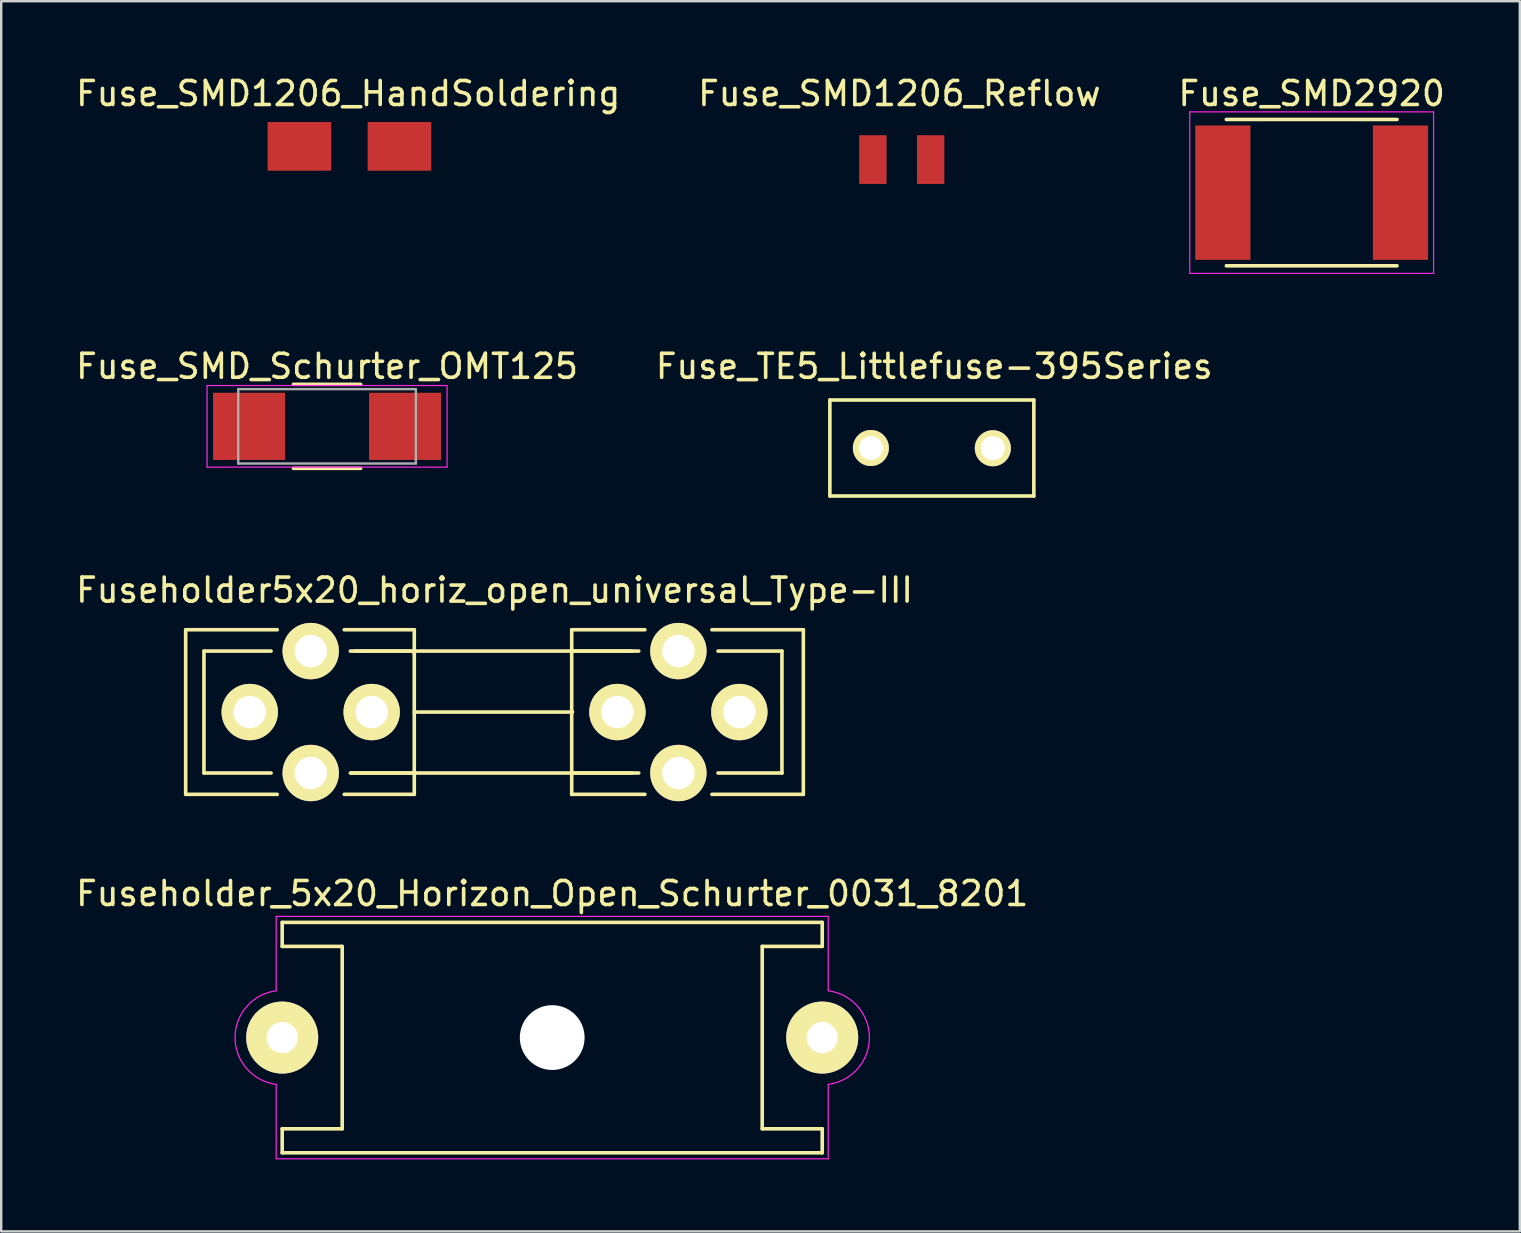
<source format=kicad_pcb>
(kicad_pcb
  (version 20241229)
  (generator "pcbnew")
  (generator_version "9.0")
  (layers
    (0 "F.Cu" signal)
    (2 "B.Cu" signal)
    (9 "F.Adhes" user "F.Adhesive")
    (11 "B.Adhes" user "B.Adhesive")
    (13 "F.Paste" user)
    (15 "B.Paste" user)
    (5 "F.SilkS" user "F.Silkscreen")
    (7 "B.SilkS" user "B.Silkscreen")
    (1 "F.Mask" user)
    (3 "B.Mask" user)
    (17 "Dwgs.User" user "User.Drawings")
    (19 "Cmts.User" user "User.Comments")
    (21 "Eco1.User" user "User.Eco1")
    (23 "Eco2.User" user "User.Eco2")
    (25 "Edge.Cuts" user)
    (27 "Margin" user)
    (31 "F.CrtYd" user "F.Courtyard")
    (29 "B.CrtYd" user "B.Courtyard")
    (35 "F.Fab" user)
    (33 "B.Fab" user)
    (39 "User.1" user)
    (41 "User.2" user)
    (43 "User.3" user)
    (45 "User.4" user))
  (footprint "Fuse_SMD_Schurter_OMT125"
    (layer "F.Cu")
    (at 10.577 14.714)
    (property "Reference" "Fuse_SMD_Schurter_OMT125" (at 0 -2.5 0) (layer "F.SilkS") (effects (font (size 1 1) (thickness 0.15))))
    (attr smd)
    (fp_line (start -1.4 -1.75) (end 1.4 -1.75) (stroke (width 0.15) (type solid)) (layer "F.SilkS"))
    (fp_line (start -1.4 1.75) (end 1.4 1.75) (stroke (width 0.15) (type solid)) (layer "F.SilkS"))
    (fp_line (start -5 -1.7) (end -5 1.7) (stroke (width 0.05) (type solid)) (layer "F.CrtYd"))
    (fp_line (start -5 1.7) (end 5 1.7) (stroke (width 0.05) (type solid)) (layer "F.CrtYd"))
    (fp_line (start 5 -1.7) (end -5 -1.7) (stroke (width 0.05) (type solid)) (layer "F.CrtYd"))
    (fp_line (start 5 1.7) (end 5 -1.7) (stroke (width 0.05) (type solid)) (layer "F.CrtYd"))
    (fp_line (start -3.7 -1.55) (end -3.7 1.55) (stroke (width 0.1) (type solid)) (layer "F.Fab"))
    (fp_line (start -3.7 1.55) (end 3.7 1.55) (stroke (width 0.1) (type solid)) (layer "F.Fab"))
    (fp_line (start 3.7 -1.55) (end -3.7 -1.55) (stroke (width 0.1) (type solid)) (layer "F.Fab"))
    (fp_line (start 3.7 1.55) (end 3.7 -1.55) (stroke (width 0.1) (type solid)) (layer "F.Fab"))
    (pad "1" smd rect (at -3.25 0) (size 3 2.8) (layers "F.Cu" "F.Mask" "F.Paste"))
    (pad "2" smd rect (at 3.25 0) (size 3 2.8) (layers "F.Cu" "F.Mask" "F.Paste")))
  (footprint "Fuseholder5x20_horiz_open_universal_Type-III"
    (layer "F.Cu")
    (at 17.554 26.618)
    (property "Reference" "Fuseholder5x20_horiz_open_universal_Type-III" (at 0 -5.08 0) (layer "F.SilkS") (effects (font (size 1 1) (thickness 0.15))))
    (attr through_hole)
    (fp_line (start -12.868 -3.429) (end -12.868 3.429) (stroke (width 0.15) (type solid)) (layer "F.SilkS"))
    (fp_line (start -12.865 -3.429) (end -9.055 -3.429) (stroke (width 0.15) (type solid)) (layer "F.SilkS"))
    (fp_line (start -12.865 3.429) (end -9.055 3.429) (stroke (width 0.15) (type solid)) (layer "F.SilkS"))
    (fp_line (start -12.106 -2.54) (end -12.106 2.54) (stroke (width 0.15) (type solid)) (layer "F.SilkS"))
    (fp_line (start -12.103 -2.54) (end -9.309 -2.54) (stroke (width 0.15) (type solid)) (layer "F.SilkS"))
    (fp_line (start -12.103 2.54) (end -9.309 2.54) (stroke (width 0.15) (type solid)) (layer "F.SilkS"))
    (fp_line (start -5.842 -2.54) (end 5.715 -2.54) (stroke (width 0.15) (type solid)) (layer "F.SilkS"))
    (fp_line (start -3.343 -3.429) (end -3.343 -2.413) (stroke (width 0.15) (type solid)) (layer "F.SilkS"))
    (fp_line (start -3.343 0) (end -3.343 -2.54) (stroke (width 0.15) (type solid)) (layer "F.SilkS"))
    (fp_line (start -3.343 2.54) (end -3.343 0) (stroke (width 0.15) (type solid)) (layer "F.SilkS"))
    (fp_line (start -3.343 3.429) (end -3.343 2.54) (stroke (width 0.15) (type solid)) (layer "F.SilkS"))
    (fp_line (start -3.34 -3.429) (end -6.261 -3.429) (stroke (width 0.15) (type solid)) (layer "F.SilkS"))
    (fp_line (start -3.34 -2.54) (end -6.007 -2.54) (stroke (width 0.15) (type solid)) (layer "F.SilkS"))
    (fp_line (start -3.34 2.54) (end -6.007 2.54) (stroke (width 0.15) (type solid)) (layer "F.SilkS"))
    (fp_line (start -3.34 3.429) (end -6.261 3.429) (stroke (width 0.15) (type solid)) (layer "F.SilkS"))
    (fp_line (start -3.251 0) (end 3.251 0) (stroke (width 0.15) (type solid)) (layer "F.SilkS"))
    (fp_line (start 3.216 -3.429) (end 3.216 -2.54) (stroke (width 0.15) (type solid)) (layer "F.SilkS"))
    (fp_line (start 3.216 -3.429) (end 6.264 -3.429) (stroke (width 0.15) (type solid)) (layer "F.SilkS"))
    (fp_line (start 3.216 -2.54) (end 6.01 -2.54) (stroke (width 0.15) (type solid)) (layer "F.SilkS"))
    (fp_line (start 3.216 0) (end 3.216 -2.54) (stroke (width 0.15) (type solid)) (layer "F.SilkS"))
    (fp_line (start 3.216 2.54) (end 3.216 0) (stroke (width 0.15) (type solid)) (layer "F.SilkS"))
    (fp_line (start 3.216 2.54) (end 6.01 2.54) (stroke (width 0.15) (type solid)) (layer "F.SilkS"))
    (fp_line (start 3.216 3.429) (end 3.216 2.54) (stroke (width 0.15) (type solid)) (layer "F.SilkS"))
    (fp_line (start 3.216 3.429) (end 6.264 3.429) (stroke (width 0.15) (type solid)) (layer "F.SilkS"))
    (fp_line (start 5.715 2.54) (end -5.969 2.54) (stroke (width 0.15) (type solid)) (layer "F.SilkS"))
    (fp_line (start 11.976 -2.54) (end 11.976 2.54) (stroke (width 0.15) (type solid)) (layer "F.SilkS"))
    (fp_line (start 11.979 -2.54) (end 9.312 -2.54) (stroke (width 0.15) (type solid)) (layer "F.SilkS"))
    (fp_line (start 11.979 2.54) (end 9.312 2.54) (stroke (width 0.15) (type solid)) (layer "F.SilkS"))
    (fp_line (start 12.868 -3.429) (end 9.058 -3.429) (stroke (width 0.15) (type solid)) (layer "F.SilkS"))
    (fp_line (start 12.868 -3.429) (end 12.868 3.429) (stroke (width 0.15) (type solid)) (layer "F.SilkS"))
    (fp_line (start 12.868 3.429) (end 9.058 3.429) (stroke (width 0.15) (type solid)) (layer "F.SilkS"))
    (pad "1" thru_hole circle (at -10.198 0) (size 2.349 2.349) (drill 1.349) (layers "*.Cu" "*.Mask" "F.SilkS"))
    (pad "1" thru_hole circle (at -7.658 -2.54) (size 2.349 2.349) (drill 1.349) (layers "*.Cu" "*.Mask" "F.SilkS"))
    (pad "1" thru_hole circle (at -7.658 2.54) (size 2.349 2.349) (drill 1.349) (layers "*.Cu" "*.Mask" "F.SilkS"))
    (pad "1" thru_hole circle (at -5.118 0) (size 2.349 2.349) (drill 1.349) (layers "*.Cu" "*.Mask" "F.SilkS"))
    (pad "2" thru_hole circle (at 5.121 0) (size 2.349 2.349) (drill 1.349) (layers "*.Cu" "*.Mask" "F.SilkS"))
    (pad "2" thru_hole circle (at 7.661 -2.54) (size 2.349 2.349) (drill 1.349) (layers "*.Cu" "*.Mask" "F.SilkS"))
    (pad "2" thru_hole circle (at 7.661 2.54) (size 2.349 2.349) (drill 1.349) (layers "*.Cu" "*.Mask" "F.SilkS"))
    (pad "2" thru_hole circle (at 10.201 0) (size 2.349 2.349) (drill 1.349) (layers "*.Cu" "*.Mask" "F.SilkS")))
  (footprint "Fuse_SMD2920"
    (layer "F.Cu")
    (at 51.601 4.976)
    (property "Reference" "Fuse_SMD2920" (at 0 -4.128 0) (layer "F.SilkS") (effects (font (size 1 1) (thickness 0.15))))
    (attr smd)
    (fp_line (start -3.556 -3.048) (end 3.556 -3.048) (stroke (width 0.15) (type solid)) (layer "F.SilkS"))
    (fp_line (start -3.556 3.048) (end 3.556 3.048) (stroke (width 0.15) (type solid)) (layer "F.SilkS"))
    (fp_line (start -5.08 -3.365) (end -5.08 3.365) (stroke (width 0.05) (type solid)) (layer "F.CrtYd"))
    (fp_line (start -5.08 -3.365) (end 5.08 -3.365) (stroke (width 0.05) (type solid)) (layer "F.CrtYd"))
    (fp_line (start -5.08 3.365) (end 5.08 3.365) (stroke (width 0.05) (type solid)) (layer "F.CrtYd"))
    (fp_line (start 5.08 -3.365) (end 5.08 3.365) (stroke (width 0.05) (type solid)) (layer "F.CrtYd"))
    (pad "1" smd rect (at -3.7 0 90) (size 5.6 2.3) (layers "F.Cu" "F.Mask" "F.Paste"))
    (pad "2" smd rect (at 3.7 0 90) (size 5.6 2.3) (layers "F.Cu" "F.Mask" "F.Paste")))
  (footprint "Fuse_TE5_Littlefuse-395Series"
    (layer "F.Cu")
    (at 35.776 15.616)
    (property "Reference" "Fuse_TE5_Littlefuse-395Series" (at 0.099 -3.401 0) (layer "F.SilkS") (effects (font (size 1 1) (thickness 0.15))))
    (attr through_hole)
    (fp_line (start -4.249 -1.999) (end -4.249 1.999) (stroke (width 0.15) (type solid)) (layer "F.SilkS"))
    (fp_line (start -4.249 1.999) (end 4.249 1.999) (stroke (width 0.15) (type solid)) (layer "F.SilkS"))
    (fp_line (start 4.249 -1.999) (end -4.249 -1.999) (stroke (width 0.15) (type solid)) (layer "F.SilkS"))
    (fp_line (start 4.249 1.999) (end 4.249 -1.999) (stroke (width 0.15) (type solid)) (layer "F.SilkS"))
    (pad "1" thru_hole circle (at -2.54 0) (size 1.501 1.501) (drill 1.001) (layers "*.Cu" "*.Mask" "F.SilkS"))
    (pad "2" thru_hole circle (at 2.54 0.01) (size 1.501 1.501) (drill 1.001) (layers "*.Cu" "*.Mask" "F.SilkS")))
  (footprint "Fuse_SMD1206_Reflow"
    (layer "F.Cu")
    (at 34.522 3.599)
    (property "Reference" "Fuse_SMD1206_Reflow" (at -0.099 -2.751 0) (layer "F.SilkS") (effects (font (size 1 1) (thickness 0.15))))
    (attr smd)
    (pad "1" smd rect (at -1.204 0 90) (size 2.029 1.14) (layers "F.Cu" "F.Mask" "F.Paste"))
    (pad "2" smd rect (at 1.204 0 90) (size 2.029 1.14) (layers "F.Cu" "F.Mask" "F.Paste")))
  (footprint "Fuse_SMD1206_HandSoldering"
    (layer "F.Cu")
    (at 11.509 3.048)
    (property "Reference" "Fuse_SMD1206_HandSoldering" (at -0.051 -2.2 0) (layer "F.SilkS") (effects (font (size 1 1) (thickness 0.15))))
    (attr smd)
    (pad "1" smd rect (at -2.085 0 90) (size 2.029 2.652) (layers "F.Cu" "F.Mask" "F.Paste"))
    (pad "2" smd rect (at 2.085 0 90) (size 2.029 2.652) (layers "F.Cu" "F.Mask" "F.Paste")))
  (footprint "Fuseholder_5x20_Horizon_Open_Schurter_0031_8201"
    (layer "F.Cu")
    (at 8.708 40.181)
    (property "Reference" "Fuseholder_5x20_Horizon_Open_Schurter_0031_8201" (at 11.25 -6 0) (layer "F.SilkS") (effects (font (size 1 1) (thickness 0.15))))
    (attr through_hole)
    (fp_line (start 0 -4.8) (end 22.5 -4.8) (stroke (width 0.15) (type solid)) (layer "F.SilkS"))
    (fp_line (start 0 -3.8) (end 0 -4.8) (stroke (width 0.15) (type solid)) (layer "F.SilkS"))
    (fp_line (start 0 -3.8) (end 2.5 -3.8) (stroke (width 0.15) (type solid)) (layer "F.SilkS"))
    (fp_line (start 0 4.8) (end 0 3.8) (stroke (width 0.15) (type solid)) (layer "F.SilkS"))
    (fp_line (start 0 4.8) (end 22.5 4.8) (stroke (width 0.15) (type solid)) (layer "F.SilkS"))
    (fp_line (start 2.5 -3.8) (end 2.5 3.8) (stroke (width 0.15) (type solid)) (layer "F.SilkS"))
    (fp_line (start 2.5 3.8) (end 0 3.8) (stroke (width 0.15) (type solid)) (layer "F.SilkS"))
    (fp_line (start 20 -3.8) (end 22.5 -3.8) (stroke (width 0.15) (type solid)) (layer "F.SilkS"))
    (fp_line (start 20 3.8) (end 20 -3.8) (stroke (width 0.15) (type solid)) (layer "F.SilkS"))
    (fp_line (start 22.5 -3.8) (end 22.5 -4.8) (stroke (width 0.15) (type solid)) (layer "F.SilkS"))
    (fp_line (start 22.5 3.8) (end 20 3.8) (stroke (width 0.15) (type solid)) (layer "F.SilkS"))
    (fp_line (start 22.5 4.8) (end 22.5 3.8) (stroke (width 0.15) (type solid)) (layer "F.SilkS"))
    (fp_line (start -0.25 -5.05) (end 22.75 -5.05) (stroke (width 0.05) (type solid)) (layer "F.CrtYd"))
    (fp_line (start -0.25 -1.95) (end -0.25 -5.05) (stroke (width 0.05) (type solid)) (layer "F.CrtYd"))
    (fp_line (start -0.25 5.05) (end -0.25 1.95) (stroke (width 0.05) (type solid)) (layer "F.CrtYd"))
    (fp_line (start 22.75 -1.95) (end 22.75 -5.05) (stroke (width 0.05) (type solid)) (layer "F.CrtYd"))
    (fp_line (start 22.75 1.95) (end 22.75 5.05) (stroke (width 0.05) (type solid)) (layer "F.CrtYd"))
    (fp_line (start 22.75 5.05) (end -0.25 5.05) (stroke (width 0.05) (type solid)) (layer "F.CrtYd"))
    (fp_arc (start -0.25 1.95) (mid -1.96596 0.001518) (end -0.253011 -1.949612) (stroke (width 0.05) (type solid)) (layer "F.CrtYd"))
    (fp_arc (start 22.75 -1.95) (mid 24.46596 -0.001518) (end 22.753011 1.949612) (stroke (width 0.05) (type solid)) (layer "F.CrtYd"))
    (pad "" np_thru_hole circle (at 11.25 0) (size 2.7 2.7) (drill 2.7) (layers "*.Cu" "*.Mask"))
    (pad "1" thru_hole circle (at 0 0) (size 3 3) (drill 1.3) (layers "*.Cu" "*.Mask" "F.SilkS"))
    (pad "2" thru_hole circle (at 22.5 0) (size 3 3) (drill 1.3) (layers "*.Cu" "*.Mask" "F.SilkS")))
  (gr_rect
    (start -3 -3)
    (end 60.274 48.256)
    (stroke (width 0.1) (type default))
    (fill no)
    (layer "Edge.Cuts")))
</source>
